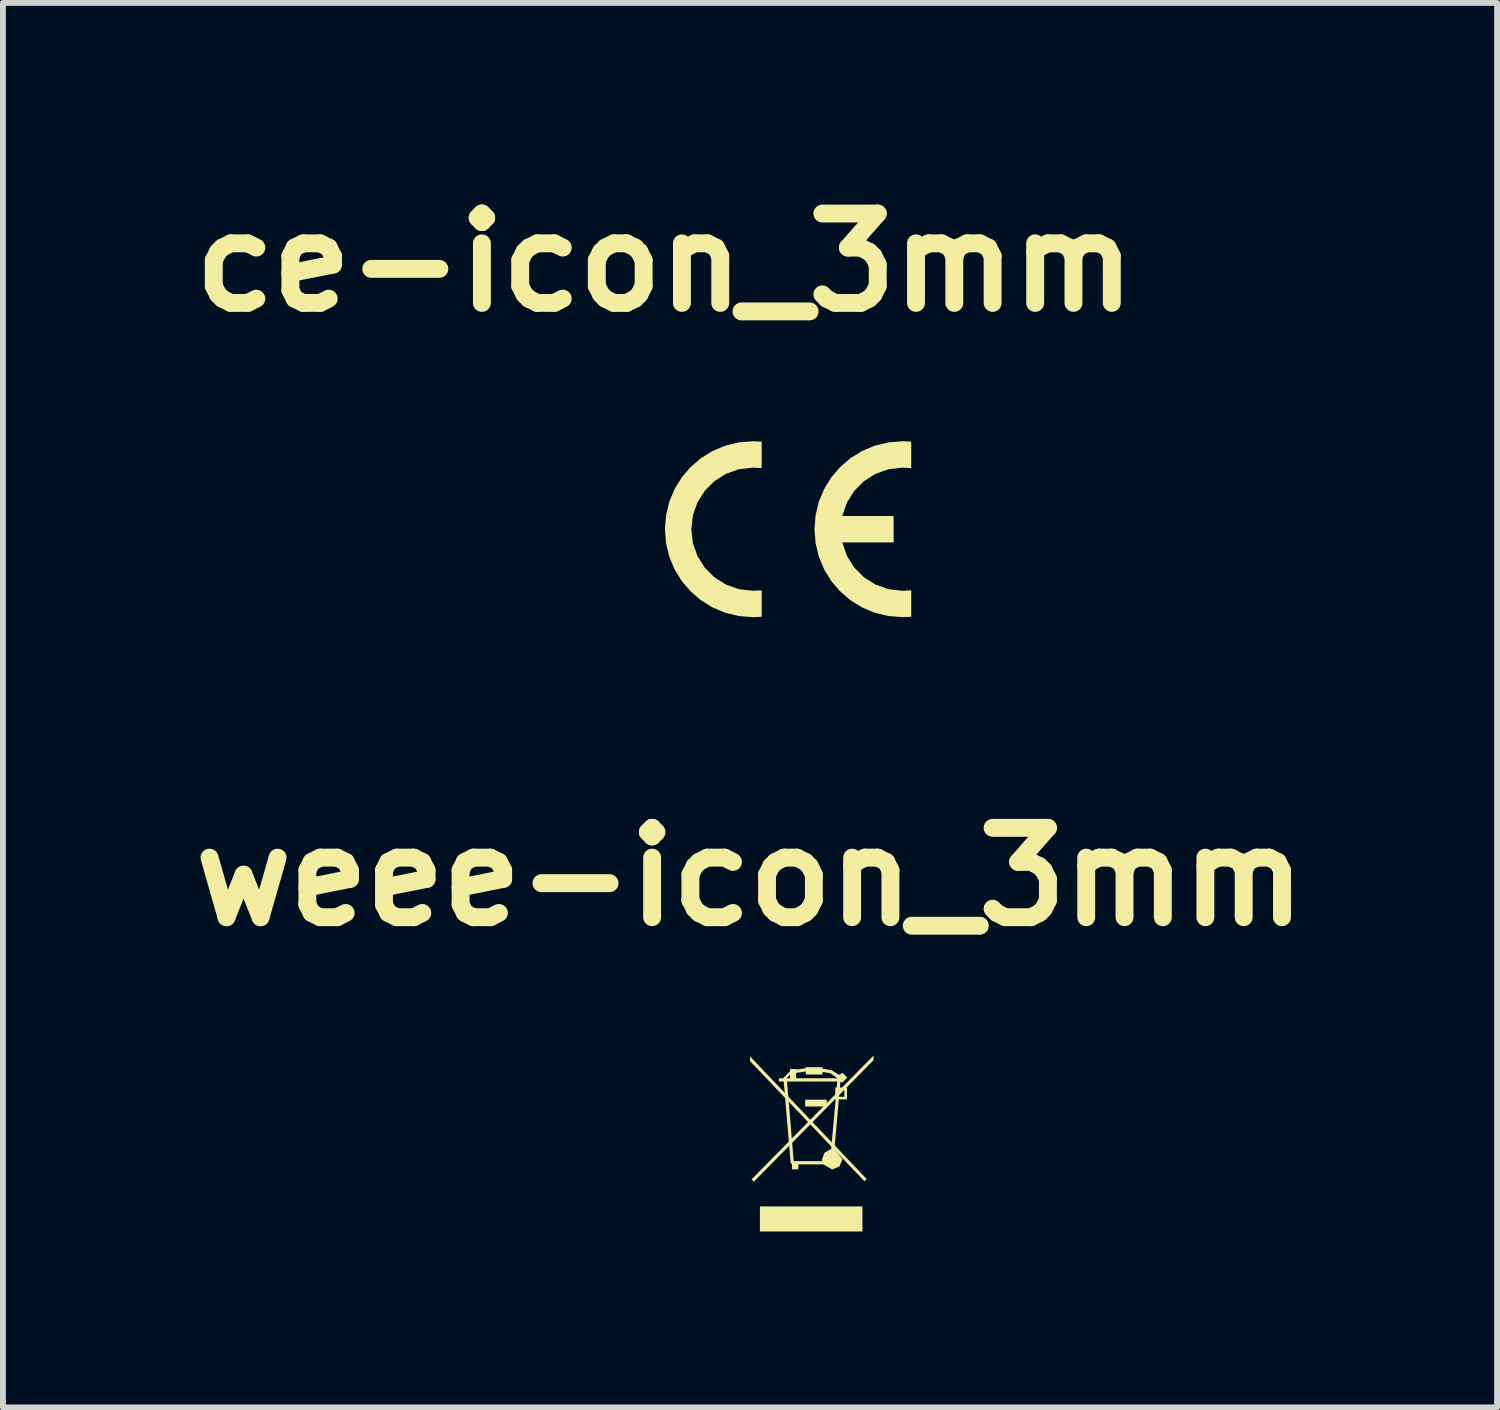
<source format=kicad_pcb>
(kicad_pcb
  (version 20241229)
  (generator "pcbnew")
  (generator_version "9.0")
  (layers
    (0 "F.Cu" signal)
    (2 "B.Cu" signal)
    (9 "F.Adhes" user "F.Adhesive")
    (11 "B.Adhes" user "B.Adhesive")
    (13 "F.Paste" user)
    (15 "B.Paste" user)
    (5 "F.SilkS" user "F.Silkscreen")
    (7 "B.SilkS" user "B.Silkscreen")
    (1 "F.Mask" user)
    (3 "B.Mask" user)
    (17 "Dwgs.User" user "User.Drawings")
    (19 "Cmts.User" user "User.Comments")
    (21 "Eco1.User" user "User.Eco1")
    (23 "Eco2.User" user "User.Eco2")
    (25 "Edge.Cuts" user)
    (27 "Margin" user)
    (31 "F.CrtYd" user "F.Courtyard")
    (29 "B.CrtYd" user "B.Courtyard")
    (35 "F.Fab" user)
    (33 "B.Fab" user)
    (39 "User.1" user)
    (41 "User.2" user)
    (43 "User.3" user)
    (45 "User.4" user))
  (footprint "ce-icon_3mm"
    (layer "F.Cu")
    (at 8.288 4.474)
    (property "Reference" "ce-icon_3mm" (at 0 -3.048 0) (layer "F.SilkS") (effects (font (size 1.524 1.524) (thickness 0.305))))
    (attr exclude_from_pos_files exclude_from_bom)
    (fp_poly (pts (xy 1.65 2.993) (xy 1.5 3) (xy 1.257 2.98) (xy 1.026 2.924) (xy 0.811 2.833) (xy 0.614 2.711) (xy 0.439 2.561) (xy 0.289 2.386) (xy 0.167 2.189) (xy 0.076 1.974) (xy 0.02 1.743) (xy 0 1.5) (xy 0.02 1.257) (xy 0.076 1.026) (xy 0.167 0.811) (xy 0.289 0.614) (xy 0.439 0.439) (xy 0.614 0.289) (xy 0.811 0.167) (xy 1.026 0.076) (xy 1.257 0.02) (xy 1.5 0) (xy 1.65 0.007) (xy 1.65 0.458) (xy 1.5 0.45) (xy 1.259 0.478) (xy 1.038 0.557) (xy 0.843 0.681) (xy 0.681 0.843) (xy 0.557 1.038) (xy 0.478 1.259) (xy 0.45 1.5) (xy 0.478 1.741) (xy 0.557 1.962) (xy 0.681 2.157) (xy 0.843 2.319) (xy 1.038 2.443) (xy 1.259 2.522) (xy 1.5 2.55) (xy 1.65 2.542) (xy 1.65 2.993)) (stroke (width 0) (type solid)) (fill yes) (layer "F.SilkS"))
    (fp_poly (pts (xy 4.2 2.993) (xy 4.05 3) (xy 3.807 2.98) (xy 3.576 2.924) (xy 3.361 2.833) (xy 3.164 2.711) (xy 2.989 2.561) (xy 2.839 2.386) (xy 2.717 2.189) (xy 2.626 1.974) (xy 2.57 1.743) (xy 2.55 1.5) (xy 2.57 1.257) (xy 2.626 1.026) (xy 2.717 0.811) (xy 2.839 0.614) (xy 2.989 0.439) (xy 3.164 0.289) (xy 3.361 0.167) (xy 3.576 0.076) (xy 3.807 0.02) (xy 4.05 0) (xy 4.2 0.007) (xy 4.2 0.458) (xy 4.05 0.45) (xy 3.81 0.478) (xy 3.588 0.557) (xy 3.392 0.682) (xy 3.228 0.847) (xy 3.103 1.047) (xy 3.024 1.275) (xy 3.9 1.275) (xy 3.9 1.725) (xy 3.024 1.725) (xy 3.103 1.953) (xy 3.228 2.153) (xy 3.392 2.318) (xy 3.588 2.443) (xy 3.81 2.522) (xy 4.05 2.55) (xy 4.2 2.542) (xy 4.2 2.993)) (stroke (width 0) (type solid)) (fill yes) (layer "F.SilkS")))
  (footprint "weee-icon_3mm"
    (layer "F.Cu")
    (at 9.739 14.949)
    (property "Reference" "weee-icon_3mm" (at 0 -3.048 0) (layer "F.SilkS") (effects (font (size 1.524 1.524) (thickness 0.305))))
    (attr exclude_from_pos_files exclude_from_bom)
    (fp_poly (pts (xy 1.402 1.71) (xy 1.461 1.769) (xy 1.402 1.829) (xy 1.342 1.769) (xy 1.402 1.71)) (stroke (width 0) (type solid)) (fill yes) (layer "F.Mask"))
    (fp_poly (pts (xy 0.169 2.573) (xy 1.917 2.573) (xy 1.917 3) (xy 0.169 3) (xy 0.169 2.573)) (stroke (width 0) (type solid)) (fill yes) (layer "F.SilkS"))
    (fp_poly (pts (xy 0.941 0.753) (xy 1.309 0.753) (xy 1.309 0.869) (xy 0.941 0.869) (xy 0.941 0.753)) (stroke (width 0) (type solid)) (fill yes) (layer "F.SilkS"))
    (fp_poly (pts (xy 2.107 0) (xy 1.028 1.095) (xy 0 0.014) (xy 0 0.094) (xy 0.99 1.134) (xy 0.026 2.112) (xy 0.066 2.15) (xy 1.028 1.174) (xy 1.95 2.143) (xy 1.989 2.105) (xy 1.066 1.135) (xy 2.107 0.078) (xy 2.107 0)) (stroke (width 0) (type solid)) (fill yes) (layer "F.SilkS"))
    (fp_poly (pts (xy 0.824 1.856) (xy 0.824 1.941) (xy 0.745 1.941) (xy 0.745 1.801) (xy 1.231 1.801) (xy 1.228 1.769) (xy 1.273 1.653) (xy 1.384 1.596) (xy 1.46 0.748) (xy 1.454 0.748) (xy 1.454 0.545) (xy 1.478 0.545) (xy 1.487 0.443) (xy 0.786 0.443) (xy 0.786 0.388) (xy 1.49 0.388) (xy 1.375 0.303) (xy 1.236 0.279) (xy 1.236 0.324) (xy 1.191 0.324) (xy 1.191 0.279) (xy 0.996 0.279) (xy 0.996 0.244) (xy 1.191 0.244) (xy 1.191 0.279) (xy 1.191 0.324) (xy 0.951 0.324) (xy 0.951 0.272) (xy 0.786 0.296) (xy 0.786 0.388) (xy 0.786 0.443) (xy 0.683 0.443) (xy 0.683 0.388) (xy 0.683 0.329) (xy 0.62 0.388) (xy 0.683 0.388) (xy 0.683 0.443) (xy 0.631 0.443) (xy 0.745 1.801) (xy 0.745 1.941) (xy 0.715 1.941) (xy 0.715 1.855) (xy 0.693 1.83) (xy 0.575 0.443) (xy 0.493 0.443) (xy 0.493 0.388) (xy 0.563 0.388) (xy 0.683 0.269) (xy 0.683 0.229) (xy 0.786 0.229) (xy 0.786 0.239) (xy 0.951 0.217) (xy 0.951 0.199) (xy 1.236 0.199) (xy 1.236 0.224) (xy 1.394 0.251) (xy 1.514 0.329) (xy 1.579 0.296) (xy 1.659 0.376) (xy 1.579 0.457) (xy 1.542 0.448) (xy 1.533 0.545) (xy 1.654 0.545) (xy 1.654 0.748) (xy 1.519 0.748) (xy 1.519 0.703) (xy 1.609 0.703) (xy 1.609 0.591) (xy 1.529 0.591) (xy 1.519 0.703) (xy 1.519 0.748) (xy 1.515 0.748) (xy 1.439 1.6) (xy 1.576 1.769) (xy 1.525 1.892) (xy 1.402 1.943) (xy 1.402 1.862) (xy 1.309 1.769) (xy 1.402 1.677) (xy 1.494 1.769) (xy 1.402 1.862) (xy 1.402 1.943) (xy 1.251 1.856) (xy 0.824 1.856)) (stroke (width 0) (type solid)) (fill yes) (layer "F.SilkS")))
  (gr_rect
    (start -3 -3)
    (end 22.478 20.949)
    (stroke (width 0.1) (type default))
    (fill no)
    (layer "Edge.Cuts")))
</source>
